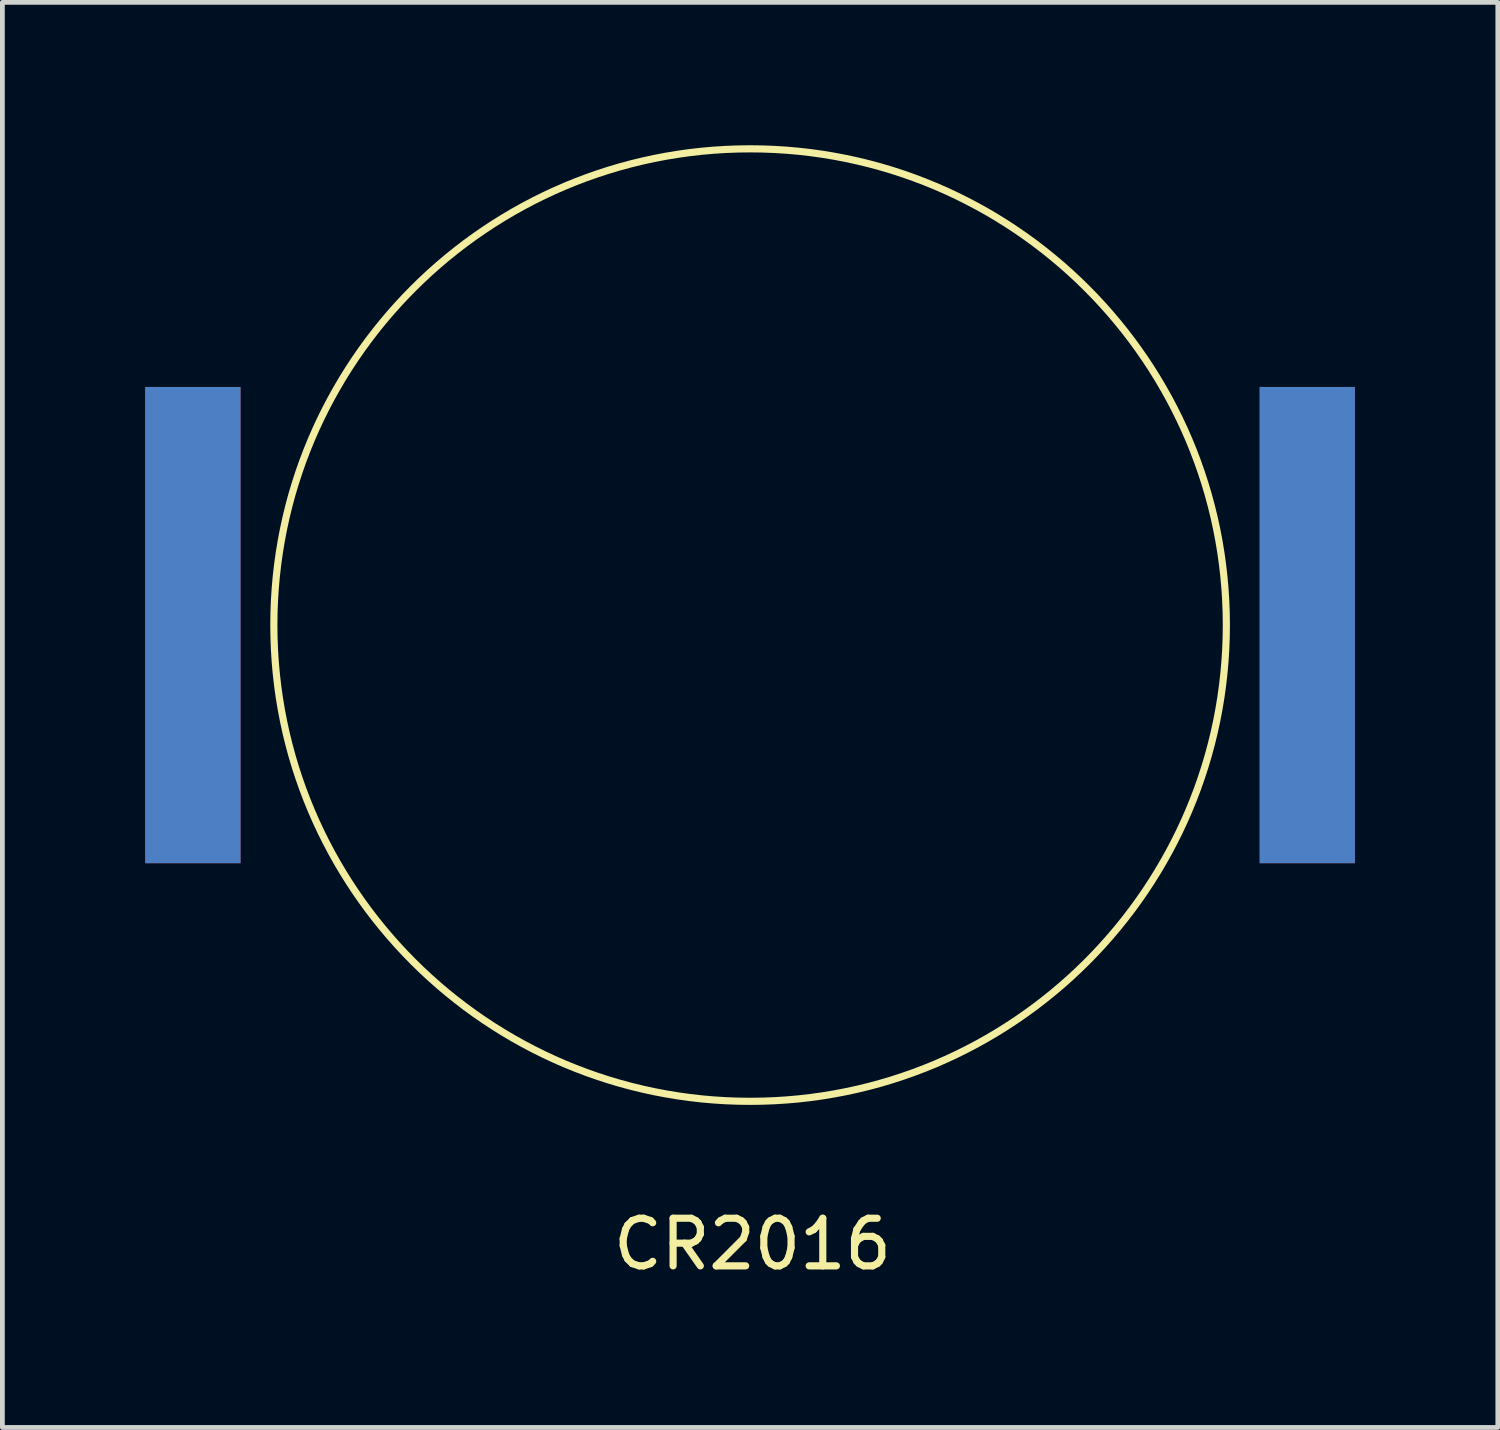
<source format=kicad_pcb>
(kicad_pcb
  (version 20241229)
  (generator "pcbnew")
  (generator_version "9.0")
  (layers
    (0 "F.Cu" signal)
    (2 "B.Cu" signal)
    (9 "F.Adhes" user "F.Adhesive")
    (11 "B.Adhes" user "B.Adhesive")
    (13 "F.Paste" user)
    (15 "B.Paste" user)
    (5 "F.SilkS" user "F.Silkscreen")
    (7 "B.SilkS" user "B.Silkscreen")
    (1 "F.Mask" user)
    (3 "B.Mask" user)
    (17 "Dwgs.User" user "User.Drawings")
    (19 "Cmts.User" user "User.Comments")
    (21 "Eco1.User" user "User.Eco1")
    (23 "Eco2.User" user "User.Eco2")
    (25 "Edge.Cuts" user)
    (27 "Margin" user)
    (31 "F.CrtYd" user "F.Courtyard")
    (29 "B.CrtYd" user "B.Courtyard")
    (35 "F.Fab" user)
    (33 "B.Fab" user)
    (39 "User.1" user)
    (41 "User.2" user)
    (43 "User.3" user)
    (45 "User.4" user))
  (footprint "CR2016"
    (layer "F.Cu")
    (at 12.7 10.075)
    (property "Reference" "CR2016" (at 0.05 13 0) (layer "F.SilkS") (effects (font (size 1 1) (thickness 0.15))))
    (attr through_hole)
    (fp_circle (center 0 0) (end 10 0) (stroke (width 0.15) (type solid)) (fill no) (layer "F.SilkS"))
    (pad "1" smd rect (at 11.7 0) (size 2 10) (layers "F.Cu" "F.Mask" "F.Paste"))
    (pad "2" smd rect (at -11.7 0) (size 2 10) (layers "F.Cu" "F.Mask" "F.Paste"))
    (pad "3" smd rect (at -11.7 0) (size 2 10) (layers "B.Cu" "B.Mask" "B.Paste"))
    (pad "4" smd rect (at 11.7 0) (size 2 10) (layers "B.Cu" "B.Mask" "B.Paste")))
  (gr_rect
    (start -3 -3)
    (end 28.4 26.923)
    (stroke (width 0.1) (type default))
    (fill no)
    (layer "Edge.Cuts")))
</source>
